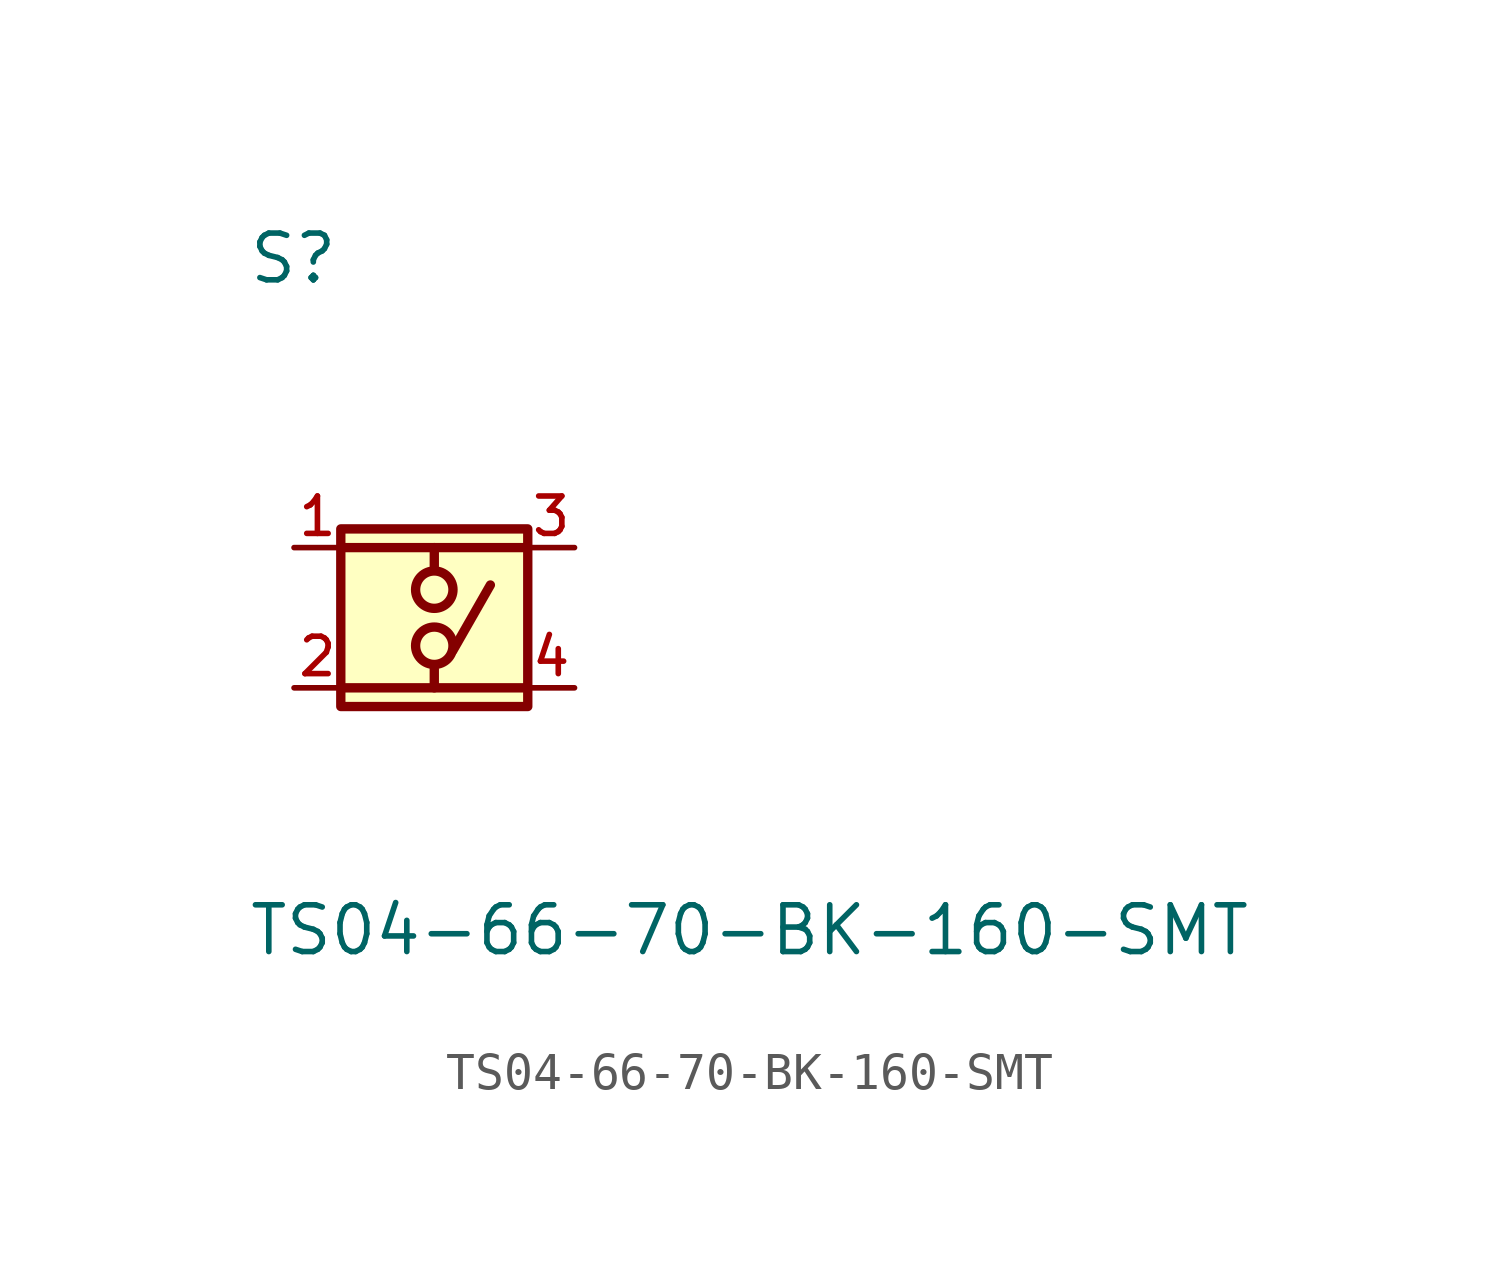
<source format=kicad_sym>
(kicad_symbol_lib
  (version 20241209)
  (generator "kicad_symbol_editor")
  (generator_version "9.0")
  (symbol "TS04-66-70-BK-160-SMT"
    (pin_names
      (offset 1.016))
    (property "Reference" "S"
      (at -7.62 8.382 0)
      (effects (font (size 1.27 1.27)) (justify left bottom)))
    (property "Value" "TS04-66-70-BK-160-SMT"
      (at -7.62 -8.382 0)
      (effects (font (size 1.27 1.27)) (justify left top)))
    (symbol "TS04-66-70-BK-160-SMT_0_0"
      (rectangle (start -5.08 1.778) (end 0 -3.048) (stroke (width 0.254) (type default)) (fill (type background)))
      (polyline (pts (xy -2.54 1.27) (xy -2.54 0.762)) (stroke (width 0.254) (type default)) (fill (type none)))
      (circle (center -2.54 0.127) (radius 0.508) (stroke (width 0.254) (type default)) (fill (type none)))
      (circle (center -2.54 -1.397) (radius 0.508) (stroke (width 0.254) (type default)) (fill (type none)))
      (polyline (pts (xy -2.54 -2.032) (xy -2.54 -2.54)) (stroke (width 0.254) (type default)) (fill (type none)))
      (polyline (pts (xy -2.032 -1.524) (xy -1.016 0.254)) (stroke (width 0.254) (type default)) (fill (type none)))
      (polyline (pts (xy 0 1.27) (xy -5.08 1.27)) (stroke (width 0.254) (type default)) (fill (type none)))
      (polyline (pts (xy 0 -2.54) (xy -5.08 -2.54)) (stroke (width 0.254) (type default)) (fill (type none))))
    (symbol "TS04-66-70-BK-160-SMT_1_0"
      (pin passive line (at -6.35 1.27 0) (length 1.27) (name "~" (effects (font (size 1.016 1.016)))) (number "1" (effects (font (size 1.016 1.016)))))
      (pin passive line (at -6.35 -2.54 0) (length 1.27) (name "~" (effects (font (size 1.016 1.016)))) (number "2" (effects (font (size 1.016 1.016)))))
      (pin passive line (at 1.27 1.27 180) (length 1.27) (name "~" (effects (font (size 1.016 1.016)))) (number "3" (effects (font (size 1.016 1.016)))))
      (pin passive line (at 1.27 -2.54 180) (length 1.27) (name "~" (effects (font (size 1.016 1.016)))) (number "4" (effects (font (size 1.016 1.016))))))))
</source>
